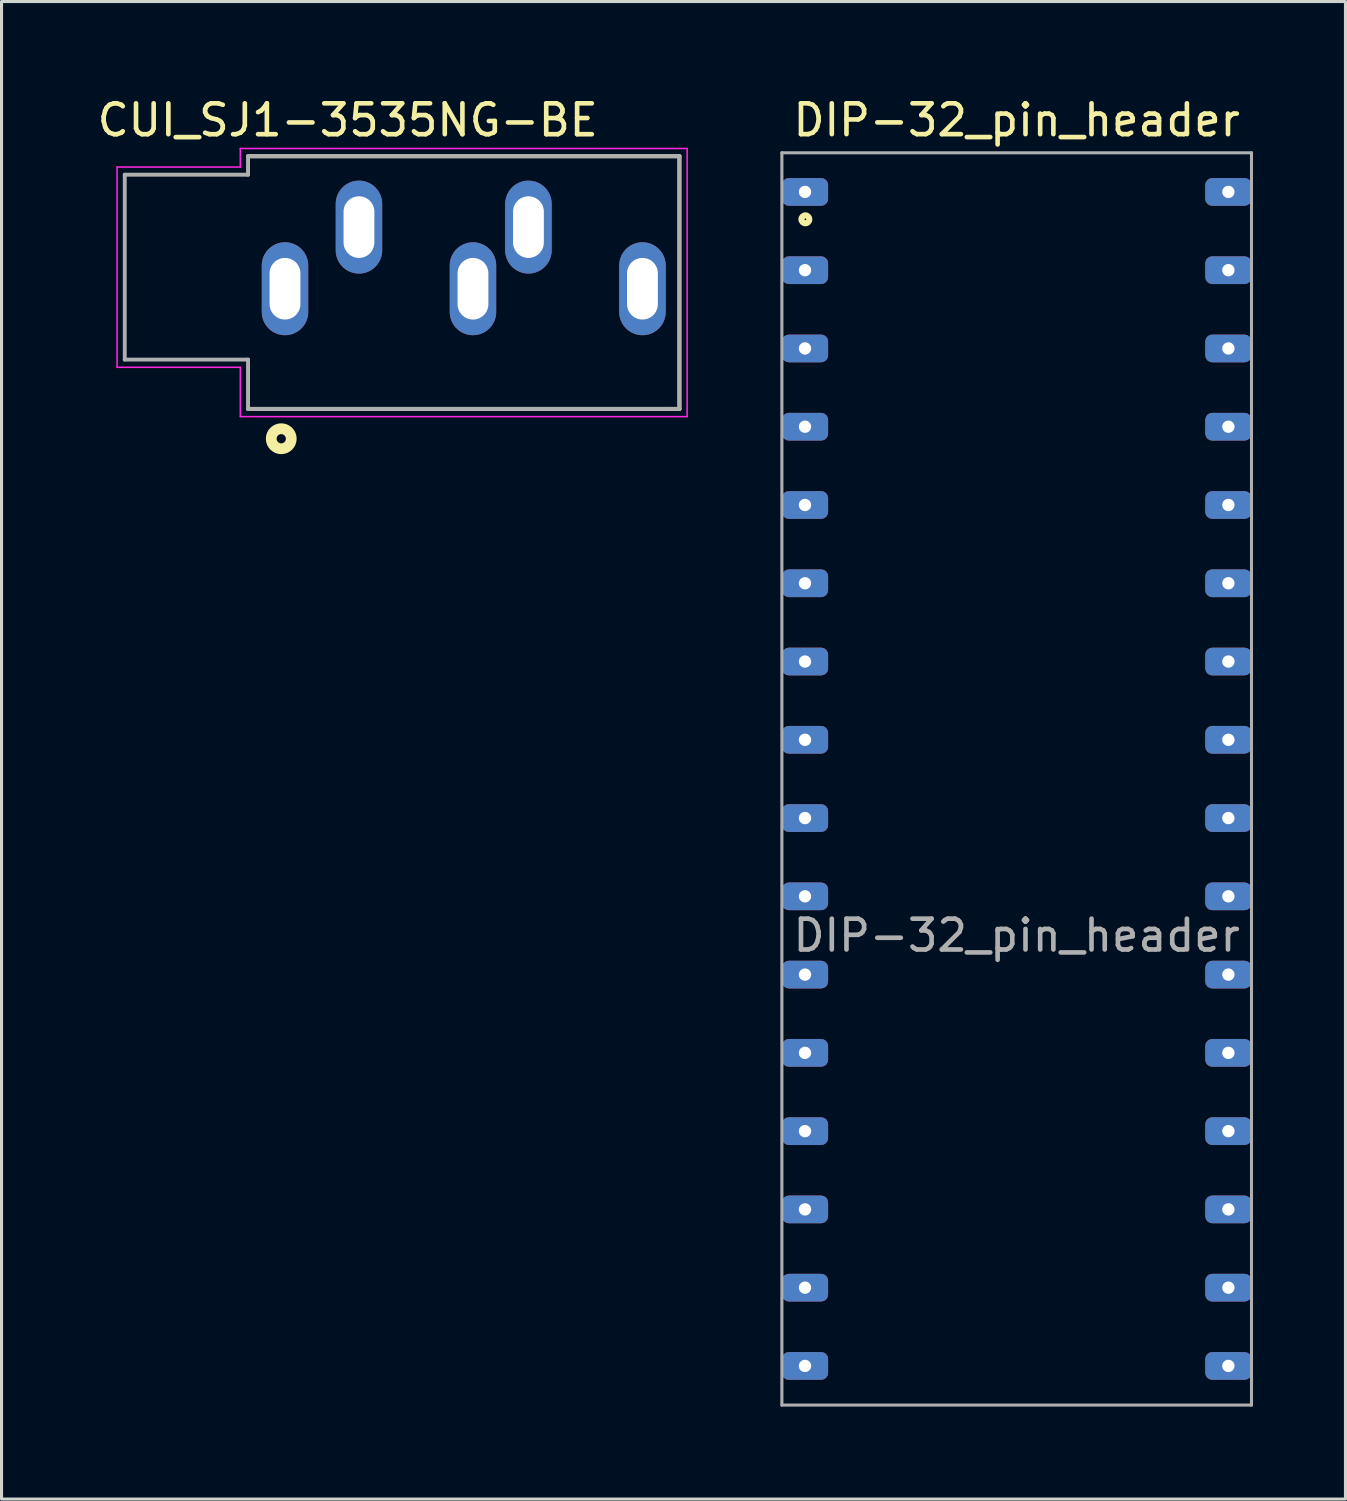
<source format=kicad_pcb>
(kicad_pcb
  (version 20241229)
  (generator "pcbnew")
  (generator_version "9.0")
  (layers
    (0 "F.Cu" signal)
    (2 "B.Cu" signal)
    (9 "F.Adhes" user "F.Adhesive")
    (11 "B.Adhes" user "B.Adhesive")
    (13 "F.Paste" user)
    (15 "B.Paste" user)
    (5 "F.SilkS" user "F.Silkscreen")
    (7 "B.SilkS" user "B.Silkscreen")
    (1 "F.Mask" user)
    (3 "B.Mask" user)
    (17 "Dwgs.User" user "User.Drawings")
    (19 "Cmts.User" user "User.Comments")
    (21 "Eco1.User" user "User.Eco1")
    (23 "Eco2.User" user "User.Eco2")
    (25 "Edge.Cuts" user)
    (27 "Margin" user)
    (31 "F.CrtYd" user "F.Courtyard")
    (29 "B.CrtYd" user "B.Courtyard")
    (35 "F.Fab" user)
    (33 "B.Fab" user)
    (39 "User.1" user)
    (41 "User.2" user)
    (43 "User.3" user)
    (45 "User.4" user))
  (footprint "CUI_SJ1-3535NG-BE"
    (layer "F.Cu")
    (at 6.199 6.32)
    (property "Reference" "CUI_SJ1-3535NG-BE" (at 2.036 -5.471 0) (layer "F.SilkS") (effects (font (size 1.002 1.002) (thickness 0.15))))
    (attr through_hole)
    (fp_line (start -1.2 -4.3) (end 12.8 -4.3) (stroke (width 0.127) (type solid)) (layer "F.SilkS"))
    (fp_line (start 12.8 -4.3) (end 12.8 3.9) (stroke (width 0.127) (type solid)) (layer "F.SilkS"))
    (fp_line (start 12.8 3.9) (end -1.2 3.9) (stroke (width 0.127) (type solid)) (layer "F.SilkS"))
    (fp_circle (center -0.122 4.868) (end 0.028 4.868) (stroke (width 0.35) (type solid)) (fill no) (layer "F.SilkS"))
    (fp_line (start -5.45 -3.95) (end -1.45 -3.95) (stroke (width 0.05) (type solid)) (layer "F.CrtYd"))
    (fp_line (start -5.45 2.55) (end -5.45 -3.95) (stroke (width 0.05) (type solid)) (layer "F.CrtYd"))
    (fp_line (start -1.45 -4.55) (end 13.05 -4.55) (stroke (width 0.05) (type solid)) (layer "F.CrtYd"))
    (fp_line (start -1.45 -3.95) (end -1.45 -4.55) (stroke (width 0.05) (type solid)) (layer "F.CrtYd"))
    (fp_line (start -1.45 2.55) (end -5.45 2.55) (stroke (width 0.05) (type solid)) (layer "F.CrtYd"))
    (fp_line (start -1.45 4.15) (end -1.45 2.55) (stroke (width 0.05) (type solid)) (layer "F.CrtYd"))
    (fp_line (start 13.05 -4.55) (end 13.05 4.15) (stroke (width 0.05) (type solid)) (layer "F.CrtYd"))
    (fp_line (start 13.05 4.15) (end -1.45 4.15) (stroke (width 0.05) (type solid)) (layer "F.CrtYd"))
    (fp_line (start -5.2 -3.7) (end -1.2 -3.7) (stroke (width 0.127) (type solid)) (layer "F.Fab"))
    (fp_line (start -5.2 2.3) (end -5.2 -3.7) (stroke (width 0.127) (type solid)) (layer "F.Fab"))
    (fp_line (start -1.2 -4.3) (end 12.8 -4.3) (stroke (width 0.127) (type solid)) (layer "F.Fab"))
    (fp_line (start -1.2 -3.7) (end -1.2 -4.3) (stroke (width 0.127) (type solid)) (layer "F.Fab"))
    (fp_line (start -1.2 2.3) (end -5.2 2.3) (stroke (width 0.127) (type solid)) (layer "F.Fab"))
    (fp_line (start -1.2 3.9) (end -1.2 2.3) (stroke (width 0.127) (type solid)) (layer "F.Fab"))
    (fp_line (start 12.8 -4.3) (end 12.8 3.9) (stroke (width 0.127) (type solid)) (layer "F.Fab"))
    (fp_line (start 12.8 3.9) (end -1.2 3.9) (stroke (width 0.127) (type solid)) (layer "F.Fab"))
    (pad "1" thru_hole oval (at 0 0) (size 1.508 3.016) (drill oval 1 2) (layers "*.Cu" "*.Mask"))
    (pad "2" thru_hole oval (at 2.4 -2) (size 1.508 3.016) (drill oval 1 2) (layers "*.Cu" "*.Mask"))
    (pad "3" thru_hole oval (at 7.9 -2) (size 1.508 3.016) (drill oval 1 2) (layers "*.Cu" "*.Mask"))
    (pad "4" thru_hole oval (at 11.6 0) (size 1.508 3.016) (drill oval 1 2) (layers "*.Cu" "*.Mask"))
    (pad "5" thru_hole oval (at 6.1 0) (size 1.508 3.016) (drill oval 1 2) (layers "*.Cu" "*.Mask")))
  (footprint "DIP-32_pin_header"
    (layer "F.Cu")
    (at 29.944 27.308)
    (property "Reference" "DIP-32_pin_header" (at 0 -26.46 0) (layer "F.SilkS") (effects (font (size 1 1) (thickness 0.15))))
    (attr smd)
    (fp_circle (center -6.858 -23.241) (end -6.731 -23.241) (stroke (width 0.2) (type solid)) (fill no) (layer "F.SilkS"))
    (fp_line (start -7.62 -25.4) (end -7.62 15.24) (stroke (width 0.1) (type solid)) (layer "F.Fab"))
    (fp_line (start -7.62 15.24) (end 7.62 15.24) (stroke (width 0.1) (type solid)) (layer "F.Fab"))
    (fp_line (start 7.62 -25.4) (end -7.62 -25.4) (stroke (width 0.1) (type solid)) (layer "F.Fab"))
    (fp_line (start 7.62 15.24) (end 7.62 -25.4) (stroke (width 0.1) (type solid)) (layer "F.Fab"))
    (fp_text user "${REFERENCE}" (at 0 0 0) (layer "F.Fab") (effects (font (size 1 1) (thickness 0.15))))
    (pad "1" thru_hole circle (at -6.87 -24.13) (size 0.8 0.8) (drill 0.4) (layers "*.Cu" "*.Mask") (remove_unused_layers yes) (keep_end_layers yes) (zone_layer_connections))
    (pad "1" smd roundrect (at -6.87 -24.13) (size 1.5 0.9) (layers "F.Cu" "F.Mask" "F.Paste") (roundrect_rratio 0.25))
    (pad "1" smd roundrect (at -6.87 -24.13) (size 1.5 0.9) (layers "B.Cu" "B.Mask" "B.Paste") (roundrect_rratio 0.25))
    (pad "2" thru_hole circle (at -6.87 -21.59) (size 0.8 0.8) (drill 0.4) (layers "*.Cu" "*.Mask") (remove_unused_layers yes) (keep_end_layers yes) (zone_layer_connections))
    (pad "2" smd roundrect (at -6.87 -21.59) (size 1.5 0.9) (layers "F.Cu" "F.Mask" "F.Paste") (roundrect_rratio 0.25))
    (pad "2" smd roundrect (at -6.87 -21.59) (size 1.5 0.9) (layers "B.Cu" "B.Mask" "B.Paste") (roundrect_rratio 0.25))
    (pad "3" thru_hole circle (at -6.87 -19.05) (size 0.8 0.8) (drill 0.4) (layers "*.Cu" "*.Mask") (remove_unused_layers yes) (keep_end_layers yes) (zone_layer_connections))
    (pad "3" smd roundrect (at -6.87 -19.05) (size 1.5 0.9) (layers "F.Cu" "F.Mask" "F.Paste") (roundrect_rratio 0.25))
    (pad "3" smd roundrect (at -6.87 -19.05) (size 1.5 0.9) (layers "B.Cu" "B.Mask" "B.Paste") (roundrect_rratio 0.25))
    (pad "4" thru_hole circle (at -6.87 -16.51) (size 0.8 0.8) (drill 0.4) (layers "*.Cu" "*.Mask") (remove_unused_layers yes) (keep_end_layers yes) (zone_layer_connections))
    (pad "4" smd roundrect (at -6.87 -16.51) (size 1.5 0.9) (layers "F.Cu" "F.Mask" "F.Paste") (roundrect_rratio 0.25))
    (pad "4" smd roundrect (at -6.87 -16.51) (size 1.5 0.9) (layers "B.Cu" "B.Mask" "B.Paste") (roundrect_rratio 0.25))
    (pad "5" thru_hole circle (at -6.87 -13.97) (size 0.8 0.8) (drill 0.4) (layers "*.Cu" "*.Mask") (remove_unused_layers yes) (keep_end_layers yes) (zone_layer_connections))
    (pad "5" smd roundrect (at -6.87 -13.97) (size 1.5 0.9) (layers "F.Cu" "F.Mask" "F.Paste") (roundrect_rratio 0.25))
    (pad "5" smd roundrect (at -6.87 -13.97) (size 1.5 0.9) (layers "B.Cu" "B.Mask" "B.Paste") (roundrect_rratio 0.25))
    (pad "6" thru_hole circle (at -6.87 -11.43) (size 0.8 0.8) (drill 0.4) (layers "*.Cu" "*.Mask") (remove_unused_layers yes) (keep_end_layers yes) (zone_layer_connections))
    (pad "6" smd roundrect (at -6.87 -11.43) (size 1.5 0.9) (layers "F.Cu" "F.Mask" "F.Paste") (roundrect_rratio 0.25))
    (pad "6" smd roundrect (at -6.87 -11.43) (size 1.5 0.9) (layers "B.Cu" "B.Mask" "B.Paste") (roundrect_rratio 0.25))
    (pad "7" thru_hole circle (at -6.87 -8.89) (size 0.8 0.8) (drill 0.4) (layers "*.Cu" "*.Mask") (remove_unused_layers yes) (keep_end_layers yes) (zone_layer_connections))
    (pad "7" smd roundrect (at -6.87 -8.89) (size 1.5 0.9) (layers "F.Cu" "F.Mask" "F.Paste") (roundrect_rratio 0.25))
    (pad "7" smd roundrect (at -6.87 -8.89) (size 1.5 0.9) (layers "B.Cu" "B.Mask" "B.Paste") (roundrect_rratio 0.25))
    (pad "8" thru_hole circle (at -6.87 -6.35) (size 0.8 0.8) (drill 0.4) (layers "*.Cu" "*.Mask") (remove_unused_layers yes) (keep_end_layers yes) (zone_layer_connections))
    (pad "8" smd roundrect (at -6.87 -6.35) (size 1.5 0.9) (layers "F.Cu" "F.Mask" "F.Paste") (roundrect_rratio 0.25))
    (pad "8" smd roundrect (at -6.87 -6.35) (size 1.5 0.9) (layers "B.Cu" "B.Mask" "B.Paste") (roundrect_rratio 0.25))
    (pad "9" thru_hole circle (at -6.87 -3.81) (size 0.8 0.8) (drill 0.4) (layers "*.Cu" "*.Mask") (remove_unused_layers yes) (keep_end_layers yes) (zone_layer_connections))
    (pad "9" smd roundrect (at -6.87 -3.81) (size 1.5 0.9) (layers "F.Cu" "F.Mask" "F.Paste") (roundrect_rratio 0.25))
    (pad "9" smd roundrect (at -6.87 -3.81) (size 1.5 0.9) (layers "B.Cu" "B.Mask" "B.Paste") (roundrect_rratio 0.25))
    (pad "10" thru_hole circle (at -6.87 -1.27) (size 0.8 0.8) (drill 0.4) (layers "*.Cu" "*.Mask") (remove_unused_layers yes) (keep_end_layers yes) (zone_layer_connections))
    (pad "10" smd roundrect (at -6.87 -1.27) (size 1.5 0.9) (layers "F.Cu" "F.Mask" "F.Paste") (roundrect_rratio 0.25))
    (pad "10" smd roundrect (at -6.87 -1.27) (size 1.5 0.9) (layers "B.Cu" "B.Mask" "B.Paste") (roundrect_rratio 0.25))
    (pad "11" thru_hole circle (at -6.87 1.27) (size 0.8 0.8) (drill 0.4) (layers "*.Cu" "*.Mask") (remove_unused_layers yes) (keep_end_layers yes) (zone_layer_connections))
    (pad "11" smd roundrect (at -6.87 1.27) (size 1.5 0.9) (layers "F.Cu" "F.Mask" "F.Paste") (roundrect_rratio 0.25))
    (pad "11" smd roundrect (at -6.87 1.27) (size 1.5 0.9) (layers "B.Cu" "B.Mask" "B.Paste") (roundrect_rratio 0.25))
    (pad "12" thru_hole circle (at -6.87 3.81) (size 0.8 0.8) (drill 0.4) (layers "*.Cu" "*.Mask") (remove_unused_layers yes) (keep_end_layers yes) (zone_layer_connections))
    (pad "12" smd roundrect (at -6.87 3.81) (size 1.5 0.9) (layers "F.Cu" "F.Mask" "F.Paste") (roundrect_rratio 0.25))
    (pad "12" smd roundrect (at -6.87 3.81) (size 1.5 0.9) (layers "B.Cu" "B.Mask" "B.Paste") (roundrect_rratio 0.25))
    (pad "13" thru_hole circle (at -6.87 6.35) (size 0.8 0.8) (drill 0.4) (layers "*.Cu" "*.Mask") (remove_unused_layers yes) (keep_end_layers yes) (zone_layer_connections))
    (pad "13" smd roundrect (at -6.87 6.35) (size 1.5 0.9) (layers "F.Cu" "F.Mask" "F.Paste") (roundrect_rratio 0.25))
    (pad "13" smd roundrect (at -6.87 6.35) (size 1.5 0.9) (layers "B.Cu" "B.Mask" "B.Paste") (roundrect_rratio 0.25))
    (pad "14" thru_hole circle (at -6.87 8.89) (size 0.8 0.8) (drill 0.4) (layers "*.Cu" "*.Mask") (remove_unused_layers yes) (keep_end_layers yes) (zone_layer_connections))
    (pad "14" smd roundrect (at -6.87 8.89) (size 1.5 0.9) (layers "F.Cu" "F.Mask" "F.Paste") (roundrect_rratio 0.25))
    (pad "14" smd roundrect (at -6.87 8.89) (size 1.5 0.9) (layers "B.Cu" "B.Mask" "B.Paste") (roundrect_rratio 0.25))
    (pad "15" thru_hole circle (at -6.87 11.43) (size 0.8 0.8) (drill 0.4) (layers "*.Cu" "*.Mask") (remove_unused_layers yes) (keep_end_layers yes) (zone_layer_connections))
    (pad "15" smd roundrect (at -6.87 11.43) (size 1.5 0.9) (layers "F.Cu" "F.Mask" "F.Paste") (roundrect_rratio 0.25))
    (pad "15" smd roundrect (at -6.87 11.43) (size 1.5 0.9) (layers "B.Cu" "B.Mask" "B.Paste") (roundrect_rratio 0.25))
    (pad "16" thru_hole circle (at -6.87 13.97) (size 0.8 0.8) (drill 0.4) (layers "*.Cu" "*.Mask") (remove_unused_layers yes) (keep_end_layers yes) (zone_layer_connections))
    (pad "16" smd roundrect (at -6.87 13.97) (size 1.5 0.9) (layers "F.Cu" "F.Mask" "F.Paste") (roundrect_rratio 0.25))
    (pad "16" smd roundrect (at -6.87 13.97) (size 1.5 0.9) (layers "B.Cu" "B.Mask" "B.Paste") (roundrect_rratio 0.25))
    (pad "17" thru_hole circle (at 6.87 13.97) (size 0.8 0.8) (drill 0.4) (layers "*.Cu" "*.Mask") (remove_unused_layers yes) (keep_end_layers yes) (zone_layer_connections))
    (pad "17" smd roundrect (at 6.87 13.97) (size 1.5 0.9) (layers "F.Cu" "F.Mask" "F.Paste") (roundrect_rratio 0.25))
    (pad "17" smd roundrect (at 6.87 13.97) (size 1.5 0.9) (layers "B.Cu" "B.Mask" "B.Paste") (roundrect_rratio 0.25))
    (pad "18" thru_hole circle (at 6.87 11.43) (size 0.8 0.8) (drill 0.4) (layers "*.Cu" "*.Mask") (remove_unused_layers yes) (keep_end_layers yes) (zone_layer_connections))
    (pad "18" smd roundrect (at 6.87 11.43) (size 1.5 0.9) (layers "F.Cu" "F.Mask" "F.Paste") (roundrect_rratio 0.25))
    (pad "18" smd roundrect (at 6.87 11.43) (size 1.5 0.9) (layers "B.Cu" "B.Mask" "B.Paste") (roundrect_rratio 0.25))
    (pad "19" thru_hole circle (at 6.87 8.89) (size 0.8 0.8) (drill 0.4) (layers "*.Cu" "*.Mask") (remove_unused_layers yes) (keep_end_layers yes) (zone_layer_connections))
    (pad "19" smd roundrect (at 6.87 8.89) (size 1.5 0.9) (layers "F.Cu" "F.Mask" "F.Paste") (roundrect_rratio 0.25))
    (pad "19" smd roundrect (at 6.87 8.89) (size 1.5 0.9) (layers "B.Cu" "B.Mask" "B.Paste") (roundrect_rratio 0.25))
    (pad "20" thru_hole circle (at 6.87 6.35) (size 0.8 0.8) (drill 0.4) (layers "*.Cu" "*.Mask") (remove_unused_layers yes) (keep_end_layers yes) (zone_layer_connections))
    (pad "20" smd roundrect (at 6.87 6.35) (size 1.5 0.9) (layers "F.Cu" "F.Mask" "F.Paste") (roundrect_rratio 0.25))
    (pad "20" smd roundrect (at 6.87 6.35) (size 1.5 0.9) (layers "B.Cu" "B.Mask" "B.Paste") (roundrect_rratio 0.25))
    (pad "21" thru_hole circle (at 6.87 3.81) (size 0.8 0.8) (drill 0.4) (layers "*.Cu" "*.Mask") (remove_unused_layers yes) (keep_end_layers yes) (zone_layer_connections))
    (pad "21" smd roundrect (at 6.87 3.81) (size 1.5 0.9) (layers "F.Cu" "F.Mask" "F.Paste") (roundrect_rratio 0.25))
    (pad "21" smd roundrect (at 6.87 3.81) (size 1.5 0.9) (layers "B.Cu" "B.Mask" "B.Paste") (roundrect_rratio 0.25))
    (pad "22" thru_hole circle (at 6.87 1.27) (size 0.8 0.8) (drill 0.4) (layers "*.Cu" "*.Mask") (remove_unused_layers yes) (keep_end_layers yes) (zone_layer_connections))
    (pad "22" smd roundrect (at 6.87 1.27) (size 1.5 0.9) (layers "F.Cu" "F.Mask" "F.Paste") (roundrect_rratio 0.25))
    (pad "22" smd roundrect (at 6.87 1.27) (size 1.5 0.9) (layers "B.Cu" "B.Mask" "B.Paste") (roundrect_rratio 0.25))
    (pad "23" thru_hole circle (at 6.87 -1.27) (size 0.8 0.8) (drill 0.4) (layers "*.Cu" "*.Mask") (remove_unused_layers yes) (keep_end_layers yes) (zone_layer_connections))
    (pad "23" smd roundrect (at 6.87 -1.27) (size 1.5 0.9) (layers "F.Cu" "F.Mask" "F.Paste") (roundrect_rratio 0.25))
    (pad "23" smd roundrect (at 6.87 -1.27) (size 1.5 0.9) (layers "B.Cu" "B.Mask" "B.Paste") (roundrect_rratio 0.25))
    (pad "24" thru_hole circle (at 6.87 -3.81) (size 0.8 0.8) (drill 0.4) (layers "*.Cu" "*.Mask") (remove_unused_layers yes) (keep_end_layers yes) (zone_layer_connections))
    (pad "24" smd roundrect (at 6.87 -3.81) (size 1.5 0.9) (layers "F.Cu" "F.Mask" "F.Paste") (roundrect_rratio 0.25))
    (pad "24" smd roundrect (at 6.87 -3.81) (size 1.5 0.9) (layers "B.Cu" "B.Mask" "B.Paste") (roundrect_rratio 0.25))
    (pad "25" thru_hole circle (at 6.87 -6.35) (size 0.8 0.8) (drill 0.4) (layers "*.Cu" "*.Mask") (remove_unused_layers yes) (keep_end_layers yes) (zone_layer_connections))
    (pad "25" smd roundrect (at 6.87 -6.35) (size 1.5 0.9) (layers "F.Cu" "F.Mask" "F.Paste") (roundrect_rratio 0.25))
    (pad "25" smd roundrect (at 6.87 -6.35) (size 1.5 0.9) (layers "B.Cu" "B.Mask" "B.Paste") (roundrect_rratio 0.25))
    (pad "26" thru_hole circle (at 6.87 -8.89) (size 0.8 0.8) (drill 0.4) (layers "*.Cu" "*.Mask") (remove_unused_layers yes) (keep_end_layers yes) (zone_layer_connections))
    (pad "26" smd roundrect (at 6.87 -8.89) (size 1.5 0.9) (layers "F.Cu" "F.Mask" "F.Paste") (roundrect_rratio 0.25))
    (pad "26" smd roundrect (at 6.87 -8.89) (size 1.5 0.9) (layers "B.Cu" "B.Mask" "B.Paste") (roundrect_rratio 0.25))
    (pad "27" thru_hole circle (at 6.87 -11.43) (size 0.8 0.8) (drill 0.4) (layers "*.Cu" "*.Mask") (remove_unused_layers yes) (keep_end_layers yes) (zone_layer_connections))
    (pad "27" smd roundrect (at 6.87 -11.43) (size 1.5 0.9) (layers "F.Cu" "F.Mask" "F.Paste") (roundrect_rratio 0.25))
    (pad "27" smd roundrect (at 6.87 -11.43) (size 1.5 0.9) (layers "B.Cu" "B.Mask" "B.Paste") (roundrect_rratio 0.25))
    (pad "28" thru_hole circle (at 6.87 -13.97) (size 0.8 0.8) (drill 0.4) (layers "*.Cu" "*.Mask") (remove_unused_layers yes) (keep_end_layers yes) (zone_layer_connections))
    (pad "28" smd roundrect (at 6.87 -13.97) (size 1.5 0.9) (layers "F.Cu" "F.Mask" "F.Paste") (roundrect_rratio 0.25))
    (pad "28" smd roundrect (at 6.87 -13.97) (size 1.5 0.9) (layers "B.Cu" "B.Mask" "B.Paste") (roundrect_rratio 0.25))
    (pad "29" thru_hole circle (at 6.87 -16.51) (size 0.8 0.8) (drill 0.4) (layers "*.Cu" "*.Mask") (remove_unused_layers yes) (keep_end_layers yes) (zone_layer_connections))
    (pad "29" smd roundrect (at 6.87 -16.51) (size 1.5 0.9) (layers "F.Cu" "F.Mask" "F.Paste") (roundrect_rratio 0.25))
    (pad "29" smd roundrect (at 6.87 -16.51) (size 1.5 0.9) (layers "B.Cu" "B.Mask" "B.Paste") (roundrect_rratio 0.25))
    (pad "30" thru_hole circle (at 6.87 -19.05) (size 0.8 0.8) (drill 0.4) (layers "*.Cu" "*.Mask") (remove_unused_layers yes) (keep_end_layers yes) (zone_layer_connections))
    (pad "30" smd roundrect (at 6.87 -19.05) (size 1.5 0.9) (layers "F.Cu" "F.Mask" "F.Paste") (roundrect_rratio 0.25))
    (pad "30" smd roundrect (at 6.87 -19.05) (size 1.5 0.9) (layers "B.Cu" "B.Mask" "B.Paste") (roundrect_rratio 0.25))
    (pad "31" thru_hole circle (at 6.87 -21.59) (size 0.8 0.8) (drill 0.4) (layers "*.Cu" "*.Mask") (remove_unused_layers yes) (keep_end_layers yes) (zone_layer_connections))
    (pad "31" smd roundrect (at 6.87 -21.59) (size 1.5 0.9) (layers "F.Cu" "F.Mask" "F.Paste") (roundrect_rratio 0.25))
    (pad "31" smd roundrect (at 6.87 -21.59) (size 1.5 0.9) (layers "B.Cu" "B.Mask" "B.Paste") (roundrect_rratio 0.25))
    (pad "32" thru_hole circle (at 6.87 -24.13) (size 0.8 0.8) (drill 0.4) (layers "*.Cu" "*.Mask") (remove_unused_layers yes) (keep_end_layers yes) (zone_layer_connections))
    (pad "32" smd roundrect (at 6.87 -24.13) (size 1.5 0.9) (layers "F.Cu" "F.Mask" "F.Paste") (roundrect_rratio 0.25))
    (pad "32" smd roundrect (at 6.87 -24.13) (size 1.5 0.9) (layers "B.Cu" "B.Mask" "B.Paste") (roundrect_rratio 0.25)))
  (gr_rect
    (start -3 -3)
    (end 40.614 45.598)
    (stroke (width 0.1) (type default))
    (fill no)
    (layer "Edge.Cuts")))
</source>
